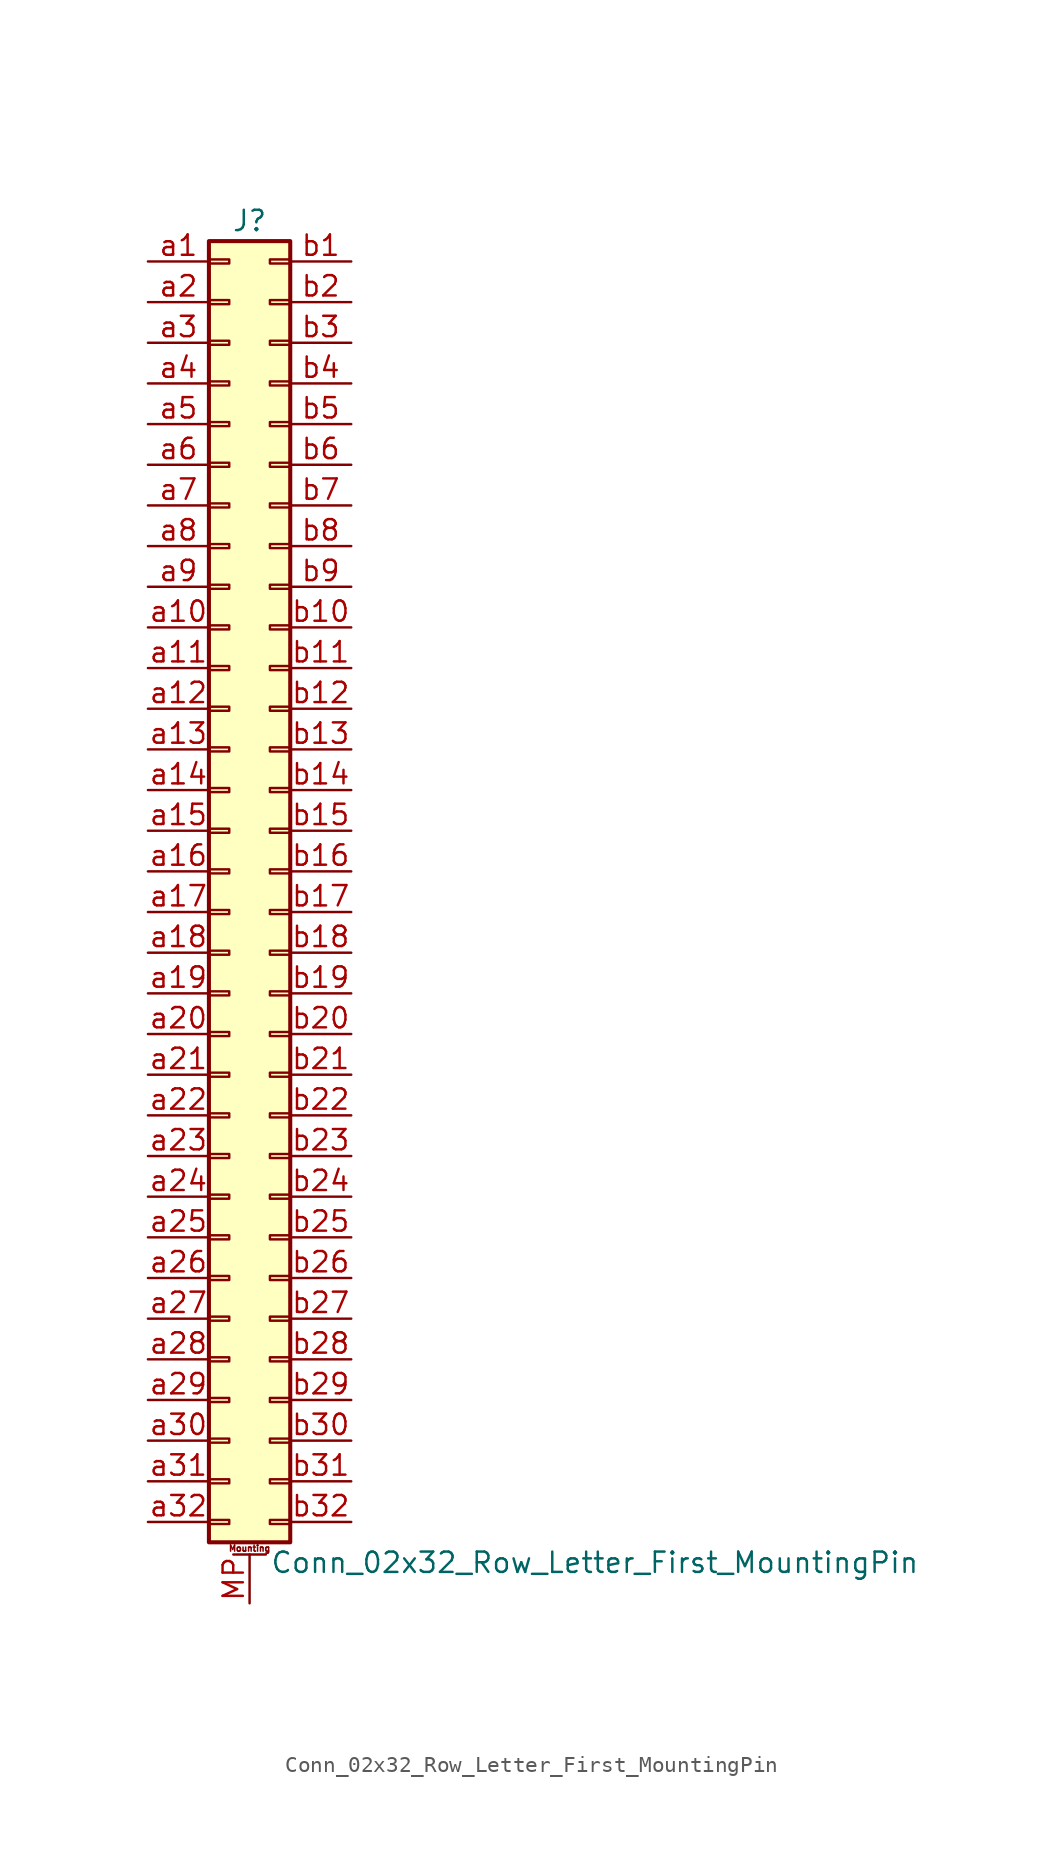
<source format=kicad_sym>
(kicad_symbol_lib
  (version 20201005)
  (generator kicad_symbol_editor)
  (symbol "Connector_Generic_MountingPin:Conn_02x32_Row_Letter_First_MountingPin"
    (pin_names
      (offset 1.016) hide)
    (property "Reference" "J"
      (at 1.27 40.64 0)
      (effects (font (size 1.27 1.27))))
    (property "Value" "Conn_02x32_Row_Letter_First_MountingPin"
      (at 2.54 -43.18 0)
      (effects (font (size 1.27 1.27)) (justify left)))
    (symbol "Conn_02x32_Row_Letter_First_MountingPin_1_1"
      (text "Mounting" (at 1.27 -42.291 0) (effects (font (size 0.381 0.381))))
      (rectangle (start -1.27 -27.813) (end 0 -28.067) (stroke (width 0.152)) (fill (type none)))
      (rectangle (start -1.27 -30.353) (end 0 -30.607) (stroke (width 0.152)) (fill (type none)))
      (rectangle (start -1.27 -32.893) (end 0 -33.147) (stroke (width 0.152)) (fill (type none)))
      (rectangle (start -1.27 -35.433) (end 0 -35.687) (stroke (width 0.152)) (fill (type none)))
      (rectangle (start -1.27 -37.973) (end 0 -38.227) (stroke (width 0.152)) (fill (type none)))
      (rectangle (start -1.27 -40.513) (end 0 -40.767) (stroke (width 0.152)) (fill (type none)))
      (rectangle (start -1.27 -4.953) (end 0 -5.207) (stroke (width 0.152)) (fill (type none)))
      (rectangle (start -1.27 -7.493) (end 0 -7.747) (stroke (width 0.152)) (fill (type none)))
      (rectangle (start -1.27 -10.033) (end 0 -10.287) (stroke (width 0.152)) (fill (type none)))
      (rectangle (start -1.27 -12.573) (end 0 -12.827) (stroke (width 0.152)) (fill (type none)))
      (rectangle (start -1.27 -15.113) (end 0 -15.367) (stroke (width 0.152)) (fill (type none)))
      (rectangle (start -1.27 -17.653) (end 0 -17.907) (stroke (width 0.152)) (fill (type none)))
      (rectangle (start -1.27 -20.193) (end 0 -20.447) (stroke (width 0.152)) (fill (type none)))
      (rectangle (start -1.27 -22.733) (end 0 -22.987) (stroke (width 0.152)) (fill (type none)))
      (rectangle (start -1.27 -2.413) (end 0 -2.667) (stroke (width 0.152)) (fill (type none)))
      (rectangle (start -1.27 -25.273) (end 0 -25.527) (stroke (width 0.152)) (fill (type none)))
      (rectangle (start -1.27 25.527) (end 0 25.273) (stroke (width 0.152)) (fill (type none)))
      (rectangle (start -1.27 2.667) (end 0 2.413) (stroke (width 0.152)) (fill (type none)))
      (rectangle (start -1.27 28.067) (end 0 27.813) (stroke (width 0.152)) (fill (type none)))
      (rectangle (start -1.27 30.607) (end 0 30.353) (stroke (width 0.152)) (fill (type none)))
      (rectangle (start -1.27 33.147) (end 0 32.893) (stroke (width 0.152)) (fill (type none)))
      (rectangle (start -1.27 35.687) (end 0 35.433) (stroke (width 0.152)) (fill (type none)))
      (rectangle (start -1.27 38.227) (end 0 37.973) (stroke (width 0.152)) (fill (type none)))
      (rectangle (start -1.27 39.37) (end 3.81 -41.91) (stroke (width 0.254)) (fill (type background)))
      (rectangle (start -1.27 5.207) (end 0 4.953) (stroke (width 0.152)) (fill (type none)))
      (rectangle (start -1.27 7.747) (end 0 7.493) (stroke (width 0.152)) (fill (type none)))
      (rectangle (start -1.27 10.287) (end 0 10.033) (stroke (width 0.152)) (fill (type none)))
      (rectangle (start -1.27 0.127) (end 0 -0.127) (stroke (width 0.152)) (fill (type none)))
      (rectangle (start -1.27 12.827) (end 0 12.573) (stroke (width 0.152)) (fill (type none)))
      (rectangle (start -1.27 15.367) (end 0 15.113) (stroke (width 0.152)) (fill (type none)))
      (rectangle (start -1.27 17.907) (end 0 17.653) (stroke (width 0.152)) (fill (type none)))
      (rectangle (start -1.27 20.447) (end 0 20.193) (stroke (width 0.152)) (fill (type none)))
      (rectangle (start -1.27 22.987) (end 0 22.733) (stroke (width 0.152)) (fill (type none)))
      (rectangle (start 3.81 -27.813) (end 2.54 -28.067) (stroke (width 0.152)) (fill (type none)))
      (rectangle (start 3.81 -30.353) (end 2.54 -30.607) (stroke (width 0.152)) (fill (type none)))
      (rectangle (start 3.81 -32.893) (end 2.54 -33.147) (stroke (width 0.152)) (fill (type none)))
      (rectangle (start 3.81 -35.433) (end 2.54 -35.687) (stroke (width 0.152)) (fill (type none)))
      (rectangle (start 3.81 -37.973) (end 2.54 -38.227) (stroke (width 0.152)) (fill (type none)))
      (rectangle (start 3.81 -40.513) (end 2.54 -40.767) (stroke (width 0.152)) (fill (type none)))
      (rectangle (start 3.81 -4.953) (end 2.54 -5.207) (stroke (width 0.152)) (fill (type none)))
      (rectangle (start 3.81 -7.493) (end 2.54 -7.747) (stroke (width 0.152)) (fill (type none)))
      (rectangle (start 3.81 -10.033) (end 2.54 -10.287) (stroke (width 0.152)) (fill (type none)))
      (rectangle (start 3.81 -12.573) (end 2.54 -12.827) (stroke (width 0.152)) (fill (type none)))
      (rectangle (start 3.81 -15.113) (end 2.54 -15.367) (stroke (width 0.152)) (fill (type none)))
      (rectangle (start 3.81 -17.653) (end 2.54 -17.907) (stroke (width 0.152)) (fill (type none)))
      (rectangle (start 3.81 -20.193) (end 2.54 -20.447) (stroke (width 0.152)) (fill (type none)))
      (rectangle (start 3.81 -22.733) (end 2.54 -22.987) (stroke (width 0.152)) (fill (type none)))
      (rectangle (start 3.81 -2.413) (end 2.54 -2.667) (stroke (width 0.152)) (fill (type none)))
      (rectangle (start 3.81 -25.273) (end 2.54 -25.527) (stroke (width 0.152)) (fill (type none)))
      (rectangle (start 3.81 25.527) (end 2.54 25.273) (stroke (width 0.152)) (fill (type none)))
      (rectangle (start 3.81 2.667) (end 2.54 2.413) (stroke (width 0.152)) (fill (type none)))
      (rectangle (start 3.81 28.067) (end 2.54 27.813) (stroke (width 0.152)) (fill (type none)))
      (rectangle (start 3.81 30.607) (end 2.54 30.353) (stroke (width 0.152)) (fill (type none)))
      (rectangle (start 3.81 33.147) (end 2.54 32.893) (stroke (width 0.152)) (fill (type none)))
      (rectangle (start 3.81 35.687) (end 2.54 35.433) (stroke (width 0.152)) (fill (type none)))
      (rectangle (start 3.81 38.227) (end 2.54 37.973) (stroke (width 0.152)) (fill (type none)))
      (rectangle (start 3.81 5.207) (end 2.54 4.953) (stroke (width 0.152)) (fill (type none)))
      (rectangle (start 3.81 7.747) (end 2.54 7.493) (stroke (width 0.152)) (fill (type none)))
      (rectangle (start 3.81 10.287) (end 2.54 10.033) (stroke (width 0.152)) (fill (type none)))
      (rectangle (start 3.81 0.127) (end 2.54 -0.127) (stroke (width 0.152)) (fill (type none)))
      (rectangle (start 3.81 12.827) (end 2.54 12.573) (stroke (width 0.152)) (fill (type none)))
      (rectangle (start 3.81 15.367) (end 2.54 15.113) (stroke (width 0.152)) (fill (type none)))
      (rectangle (start 3.81 17.907) (end 2.54 17.653) (stroke (width 0.152)) (fill (type none)))
      (rectangle (start 3.81 20.447) (end 2.54 20.193) (stroke (width 0.152)) (fill (type none)))
      (rectangle (start 3.81 22.987) (end 2.54 22.733) (stroke (width 0.152)) (fill (type none)))
      (polyline (pts (xy 0.254 -42.672) (xy 2.286 -42.672)) (stroke (width 0.152)) (fill (type none)))
      (pin passive line (at 1.27 -45.72 90) (length 3.048) (name "MountPin" (effects (font (size 1.27 1.27)))) (number "MP" (effects (font (size 1.27 1.27)))))
      (pin passive line (at -5.08 38.1 0) (length 3.81) (name "Pin_a1" (effects (font (size 1.27 1.27)))) (number "a1" (effects (font (size 1.27 1.27)))))
      (pin passive line (at -5.08 15.24 0) (length 3.81) (name "Pin_a10" (effects (font (size 1.27 1.27)))) (number "a10" (effects (font (size 1.27 1.27)))))
      (pin passive line (at -5.08 12.7 0) (length 3.81) (name "Pin_a11" (effects (font (size 1.27 1.27)))) (number "a11" (effects (font (size 1.27 1.27)))))
      (pin passive line (at -5.08 10.16 0) (length 3.81) (name "Pin_a12" (effects (font (size 1.27 1.27)))) (number "a12" (effects (font (size 1.27 1.27)))))
      (pin passive line (at -5.08 7.62 0) (length 3.81) (name "Pin_a13" (effects (font (size 1.27 1.27)))) (number "a13" (effects (font (size 1.27 1.27)))))
      (pin passive line (at -5.08 5.08 0) (length 3.81) (name "Pin_a14" (effects (font (size 1.27 1.27)))) (number "a14" (effects (font (size 1.27 1.27)))))
      (pin passive line (at -5.08 2.54 0) (length 3.81) (name "Pin_a15" (effects (font (size 1.27 1.27)))) (number "a15" (effects (font (size 1.27 1.27)))))
      (pin passive line (at -5.08 0 0) (length 3.81) (name "Pin_a16" (effects (font (size 1.27 1.27)))) (number "a16" (effects (font (size 1.27 1.27)))))
      (pin passive line (at -5.08 -2.54 0) (length 3.81) (name "Pin_a17" (effects (font (size 1.27 1.27)))) (number "a17" (effects (font (size 1.27 1.27)))))
      (pin passive line (at -5.08 -5.08 0) (length 3.81) (name "Pin_a18" (effects (font (size 1.27 1.27)))) (number "a18" (effects (font (size 1.27 1.27)))))
      (pin passive line (at -5.08 -7.62 0) (length 3.81) (name "Pin_a19" (effects (font (size 1.27 1.27)))) (number "a19" (effects (font (size 1.27 1.27)))))
      (pin passive line (at -5.08 35.56 0) (length 3.81) (name "Pin_a2" (effects (font (size 1.27 1.27)))) (number "a2" (effects (font (size 1.27 1.27)))))
      (pin passive line (at -5.08 -10.16 0) (length 3.81) (name "Pin_a20" (effects (font (size 1.27 1.27)))) (number "a20" (effects (font (size 1.27 1.27)))))
      (pin passive line (at -5.08 -12.7 0) (length 3.81) (name "Pin_a21" (effects (font (size 1.27 1.27)))) (number "a21" (effects (font (size 1.27 1.27)))))
      (pin passive line (at -5.08 -15.24 0) (length 3.81) (name "Pin_a22" (effects (font (size 1.27 1.27)))) (number "a22" (effects (font (size 1.27 1.27)))))
      (pin passive line (at -5.08 -17.78 0) (length 3.81) (name "Pin_a23" (effects (font (size 1.27 1.27)))) (number "a23" (effects (font (size 1.27 1.27)))))
      (pin passive line (at -5.08 -20.32 0) (length 3.81) (name "Pin_a24" (effects (font (size 1.27 1.27)))) (number "a24" (effects (font (size 1.27 1.27)))))
      (pin passive line (at -5.08 -22.86 0) (length 3.81) (name "Pin_a25" (effects (font (size 1.27 1.27)))) (number "a25" (effects (font (size 1.27 1.27)))))
      (pin passive line (at -5.08 -25.4 0) (length 3.81) (name "Pin_a26" (effects (font (size 1.27 1.27)))) (number "a26" (effects (font (size 1.27 1.27)))))
      (pin passive line (at -5.08 -27.94 0) (length 3.81) (name "Pin_a27" (effects (font (size 1.27 1.27)))) (number "a27" (effects (font (size 1.27 1.27)))))
      (pin passive line (at -5.08 -30.48 0) (length 3.81) (name "Pin_a28" (effects (font (size 1.27 1.27)))) (number "a28" (effects (font (size 1.27 1.27)))))
      (pin passive line (at -5.08 -33.02 0) (length 3.81) (name "Pin_a29" (effects (font (size 1.27 1.27)))) (number "a29" (effects (font (size 1.27 1.27)))))
      (pin passive line (at -5.08 33.02 0) (length 3.81) (name "Pin_a3" (effects (font (size 1.27 1.27)))) (number "a3" (effects (font (size 1.27 1.27)))))
      (pin passive line (at -5.08 -35.56 0) (length 3.81) (name "Pin_a30" (effects (font (size 1.27 1.27)))) (number "a30" (effects (font (size 1.27 1.27)))))
      (pin passive line (at -5.08 -38.1 0) (length 3.81) (name "Pin_a31" (effects (font (size 1.27 1.27)))) (number "a31" (effects (font (size 1.27 1.27)))))
      (pin passive line (at -5.08 -40.64 0) (length 3.81) (name "Pin_a32" (effects (font (size 1.27 1.27)))) (number "a32" (effects (font (size 1.27 1.27)))))
      (pin passive line (at -5.08 30.48 0) (length 3.81) (name "Pin_a4" (effects (font (size 1.27 1.27)))) (number "a4" (effects (font (size 1.27 1.27)))))
      (pin passive line (at -5.08 27.94 0) (length 3.81) (name "Pin_a5" (effects (font (size 1.27 1.27)))) (number "a5" (effects (font (size 1.27 1.27)))))
      (pin passive line (at -5.08 25.4 0) (length 3.81) (name "Pin_a6" (effects (font (size 1.27 1.27)))) (number "a6" (effects (font (size 1.27 1.27)))))
      (pin passive line (at -5.08 22.86 0) (length 3.81) (name "Pin_a7" (effects (font (size 1.27 1.27)))) (number "a7" (effects (font (size 1.27 1.27)))))
      (pin passive line (at -5.08 20.32 0) (length 3.81) (name "Pin_a8" (effects (font (size 1.27 1.27)))) (number "a8" (effects (font (size 1.27 1.27)))))
      (pin passive line (at -5.08 17.78 0) (length 3.81) (name "Pin_a9" (effects (font (size 1.27 1.27)))) (number "a9" (effects (font (size 1.27 1.27)))))
      (pin passive line (at 7.62 38.1 180) (length 3.81) (name "Pin_b1" (effects (font (size 1.27 1.27)))) (number "b1" (effects (font (size 1.27 1.27)))))
      (pin passive line (at 7.62 15.24 180) (length 3.81) (name "Pin_b10" (effects (font (size 1.27 1.27)))) (number "b10" (effects (font (size 1.27 1.27)))))
      (pin passive line (at 7.62 12.7 180) (length 3.81) (name "Pin_b11" (effects (font (size 1.27 1.27)))) (number "b11" (effects (font (size 1.27 1.27)))))
      (pin passive line (at 7.62 10.16 180) (length 3.81) (name "Pin_b12" (effects (font (size 1.27 1.27)))) (number "b12" (effects (font (size 1.27 1.27)))))
      (pin passive line (at 7.62 7.62 180) (length 3.81) (name "Pin_b13" (effects (font (size 1.27 1.27)))) (number "b13" (effects (font (size 1.27 1.27)))))
      (pin passive line (at 7.62 5.08 180) (length 3.81) (name "Pin_b14" (effects (font (size 1.27 1.27)))) (number "b14" (effects (font (size 1.27 1.27)))))
      (pin passive line (at 7.62 2.54 180) (length 3.81) (name "Pin_b15" (effects (font (size 1.27 1.27)))) (number "b15" (effects (font (size 1.27 1.27)))))
      (pin passive line (at 7.62 0 180) (length 3.81) (name "Pin_b16" (effects (font (size 1.27 1.27)))) (number "b16" (effects (font (size 1.27 1.27)))))
      (pin passive line (at 7.62 -2.54 180) (length 3.81) (name "Pin_b17" (effects (font (size 1.27 1.27)))) (number "b17" (effects (font (size 1.27 1.27)))))
      (pin passive line (at 7.62 -5.08 180) (length 3.81) (name "Pin_b18" (effects (font (size 1.27 1.27)))) (number "b18" (effects (font (size 1.27 1.27)))))
      (pin passive line (at 7.62 -7.62 180) (length 3.81) (name "Pin_b19" (effects (font (size 1.27 1.27)))) (number "b19" (effects (font (size 1.27 1.27)))))
      (pin passive line (at 7.62 35.56 180) (length 3.81) (name "Pin_b2" (effects (font (size 1.27 1.27)))) (number "b2" (effects (font (size 1.27 1.27)))))
      (pin passive line (at 7.62 -10.16 180) (length 3.81) (name "Pin_b20" (effects (font (size 1.27 1.27)))) (number "b20" (effects (font (size 1.27 1.27)))))
      (pin passive line (at 7.62 -12.7 180) (length 3.81) (name "Pin_b21" (effects (font (size 1.27 1.27)))) (number "b21" (effects (font (size 1.27 1.27)))))
      (pin passive line (at 7.62 -15.24 180) (length 3.81) (name "Pin_b22" (effects (font (size 1.27 1.27)))) (number "b22" (effects (font (size 1.27 1.27)))))
      (pin passive line (at 7.62 -17.78 180) (length 3.81) (name "Pin_b23" (effects (font (size 1.27 1.27)))) (number "b23" (effects (font (size 1.27 1.27)))))
      (pin passive line (at 7.62 -20.32 180) (length 3.81) (name "Pin_b24" (effects (font (size 1.27 1.27)))) (number "b24" (effects (font (size 1.27 1.27)))))
      (pin passive line (at 7.62 -22.86 180) (length 3.81) (name "Pin_b25" (effects (font (size 1.27 1.27)))) (number "b25" (effects (font (size 1.27 1.27)))))
      (pin passive line (at 7.62 -25.4 180) (length 3.81) (name "Pin_b26" (effects (font (size 1.27 1.27)))) (number "b26" (effects (font (size 1.27 1.27)))))
      (pin passive line (at 7.62 -27.94 180) (length 3.81) (name "Pin_b27" (effects (font (size 1.27 1.27)))) (number "b27" (effects (font (size 1.27 1.27)))))
      (pin passive line (at 7.62 -30.48 180) (length 3.81) (name "Pin_b28" (effects (font (size 1.27 1.27)))) (number "b28" (effects (font (size 1.27 1.27)))))
      (pin passive line (at 7.62 -33.02 180) (length 3.81) (name "Pin_b29" (effects (font (size 1.27 1.27)))) (number "b29" (effects (font (size 1.27 1.27)))))
      (pin passive line (at 7.62 33.02 180) (length 3.81) (name "Pin_b3" (effects (font (size 1.27 1.27)))) (number "b3" (effects (font (size 1.27 1.27)))))
      (pin passive line (at 7.62 -35.56 180) (length 3.81) (name "Pin_b30" (effects (font (size 1.27 1.27)))) (number "b30" (effects (font (size 1.27 1.27)))))
      (pin passive line (at 7.62 -38.1 180) (length 3.81) (name "Pin_b31" (effects (font (size 1.27 1.27)))) (number "b31" (effects (font (size 1.27 1.27)))))
      (pin passive line (at 7.62 -40.64 180) (length 3.81) (name "Pin_b32" (effects (font (size 1.27 1.27)))) (number "b32" (effects (font (size 1.27 1.27)))))
      (pin passive line (at 7.62 30.48 180) (length 3.81) (name "Pin_b4" (effects (font (size 1.27 1.27)))) (number "b4" (effects (font (size 1.27 1.27)))))
      (pin passive line (at 7.62 27.94 180) (length 3.81) (name "Pin_b5" (effects (font (size 1.27 1.27)))) (number "b5" (effects (font (size 1.27 1.27)))))
      (pin passive line (at 7.62 25.4 180) (length 3.81) (name "Pin_b6" (effects (font (size 1.27 1.27)))) (number "b6" (effects (font (size 1.27 1.27)))))
      (pin passive line (at 7.62 22.86 180) (length 3.81) (name "Pin_b7" (effects (font (size 1.27 1.27)))) (number "b7" (effects (font (size 1.27 1.27)))))
      (pin passive line (at 7.62 20.32 180) (length 3.81) (name "Pin_b8" (effects (font (size 1.27 1.27)))) (number "b8" (effects (font (size 1.27 1.27)))))
      (pin passive line (at 7.62 17.78 180) (length 3.81) (name "Pin_b9" (effects (font (size 1.27 1.27)))) (number "b9" (effects (font (size 1.27 1.27))))))))
</source>
